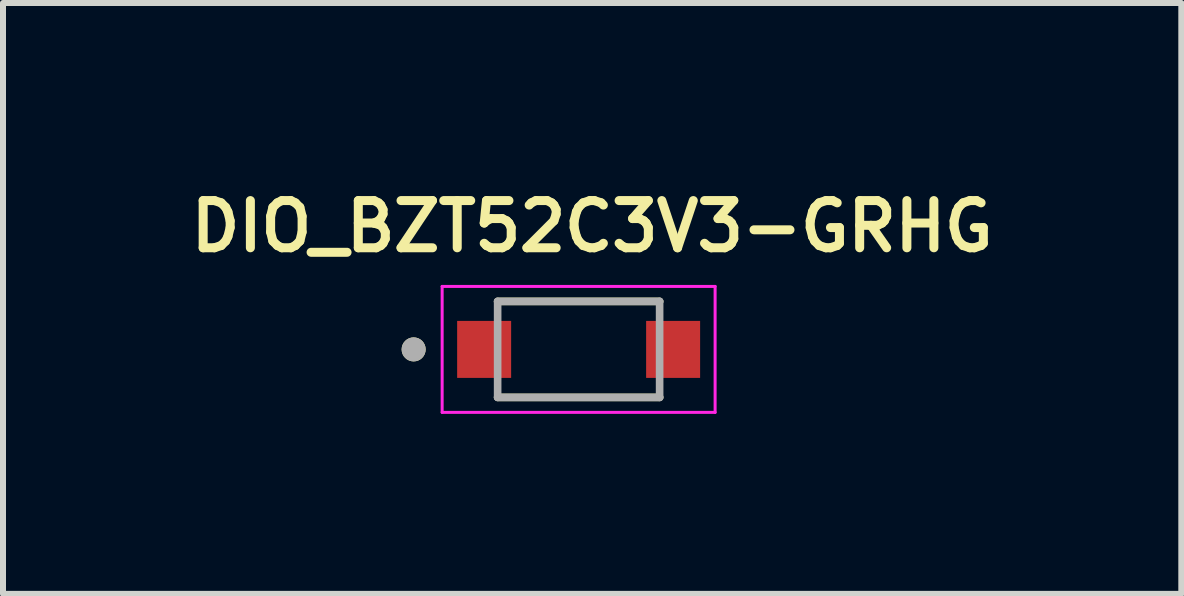
<source format=kicad_pcb>
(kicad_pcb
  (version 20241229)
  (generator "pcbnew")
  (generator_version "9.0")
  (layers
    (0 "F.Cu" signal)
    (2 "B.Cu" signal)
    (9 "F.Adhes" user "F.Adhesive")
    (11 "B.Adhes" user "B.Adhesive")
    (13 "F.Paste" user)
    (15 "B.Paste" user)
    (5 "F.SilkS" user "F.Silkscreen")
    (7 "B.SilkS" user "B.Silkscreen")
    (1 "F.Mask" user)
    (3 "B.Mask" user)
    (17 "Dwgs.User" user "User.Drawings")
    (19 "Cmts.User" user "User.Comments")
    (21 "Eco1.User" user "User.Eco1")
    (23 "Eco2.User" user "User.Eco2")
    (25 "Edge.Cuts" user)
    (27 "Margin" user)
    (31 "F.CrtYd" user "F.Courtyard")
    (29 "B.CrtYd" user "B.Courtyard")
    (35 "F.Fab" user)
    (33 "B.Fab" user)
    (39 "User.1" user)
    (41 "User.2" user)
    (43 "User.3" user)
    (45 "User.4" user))
  (footprint "DIO_BZT52C3V3-GRHG"
    (layer "F.Cu")
    (at 6.595 2.774)
    (property "Reference" "DIO_BZT52C3V3-GRHG" (at 0.225 -2.05 0) (layer "F.SilkS") (effects (font (size 0.787 0.787) (thickness 0.15))))
    (attr smd)
    (fp_line (start -1.35 0.8) (end 1.35 0.8) (stroke (width 0.127) (type solid)) (layer "F.SilkS"))
    (fp_line (start 1.35 -0.8) (end -1.35 -0.8) (stroke (width 0.127) (type solid)) (layer "F.SilkS"))
    (fp_circle (center -2.75 0) (end -2.65 0) (stroke (width 0.2) (type solid)) (fill no) (layer "F.SilkS"))
    (fp_line (start -2.275 -1.05) (end -2.275 1.05) (stroke (width 0.05) (type solid)) (layer "F.CrtYd"))
    (fp_line (start -2.275 1.05) (end 2.275 1.05) (stroke (width 0.05) (type solid)) (layer "F.CrtYd"))
    (fp_line (start 2.275 -1.05) (end -2.275 -1.05) (stroke (width 0.05) (type solid)) (layer "F.CrtYd"))
    (fp_line (start 2.275 1.05) (end 2.275 -1.05) (stroke (width 0.05) (type solid)) (layer "F.CrtYd"))
    (fp_line (start -1.35 -0.8) (end -1.35 0.8) (stroke (width 0.127) (type solid)) (layer "F.Fab"))
    (fp_line (start -1.35 0.8) (end 1.35 0.8) (stroke (width 0.127) (type solid)) (layer "F.Fab"))
    (fp_line (start 1.35 -0.8) (end -1.35 -0.8) (stroke (width 0.127) (type solid)) (layer "F.Fab"))
    (fp_line (start 1.35 0.8) (end 1.35 -0.8) (stroke (width 0.127) (type solid)) (layer "F.Fab"))
    (fp_circle (center -2.75 0) (end -2.65 0) (stroke (width 0.2) (type solid)) (fill no) (layer "F.Fab"))
    (pad "A" smd rect (at 1.575 0) (size 0.9 0.95) (layers "F.Cu" "F.Mask" "F.Paste"))
    (pad "C" smd rect (at -1.575 0) (size 0.9 0.95) (layers "F.Cu" "F.Mask" "F.Paste")))
  (gr_rect
    (start -3 -3)
    (end 16.641 6.849)
    (stroke (width 0.1) (type default))
    (fill no)
    (layer "Edge.Cuts")))
</source>
